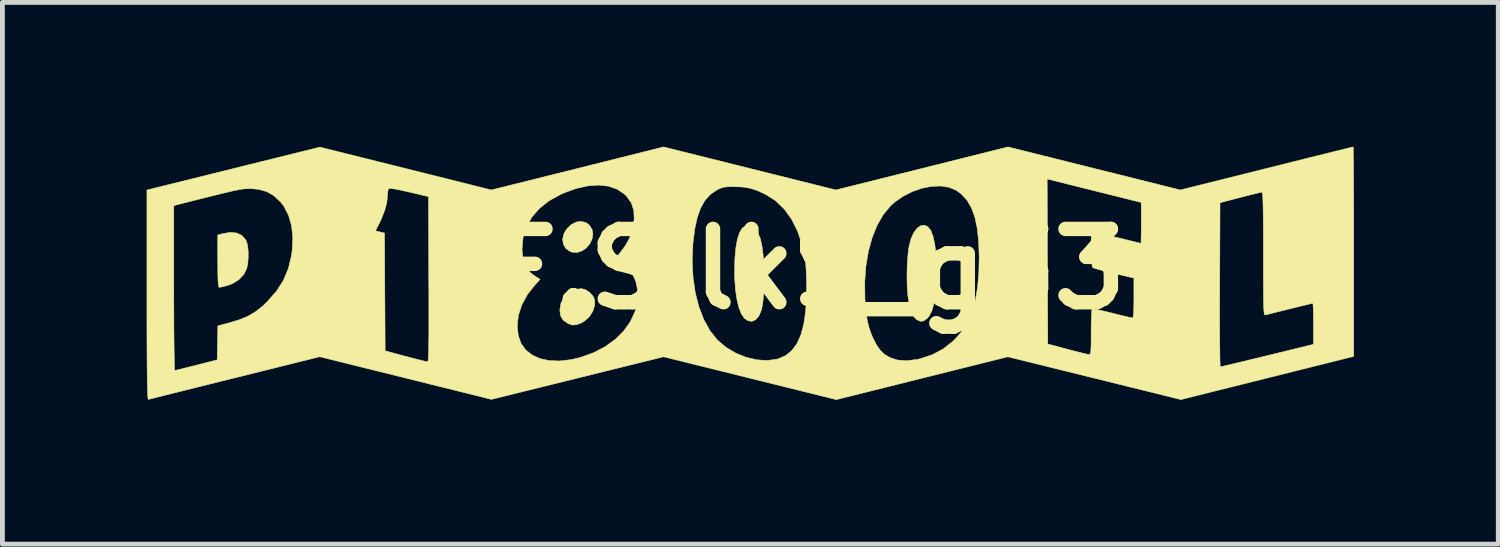
<source format=kicad_pcb>
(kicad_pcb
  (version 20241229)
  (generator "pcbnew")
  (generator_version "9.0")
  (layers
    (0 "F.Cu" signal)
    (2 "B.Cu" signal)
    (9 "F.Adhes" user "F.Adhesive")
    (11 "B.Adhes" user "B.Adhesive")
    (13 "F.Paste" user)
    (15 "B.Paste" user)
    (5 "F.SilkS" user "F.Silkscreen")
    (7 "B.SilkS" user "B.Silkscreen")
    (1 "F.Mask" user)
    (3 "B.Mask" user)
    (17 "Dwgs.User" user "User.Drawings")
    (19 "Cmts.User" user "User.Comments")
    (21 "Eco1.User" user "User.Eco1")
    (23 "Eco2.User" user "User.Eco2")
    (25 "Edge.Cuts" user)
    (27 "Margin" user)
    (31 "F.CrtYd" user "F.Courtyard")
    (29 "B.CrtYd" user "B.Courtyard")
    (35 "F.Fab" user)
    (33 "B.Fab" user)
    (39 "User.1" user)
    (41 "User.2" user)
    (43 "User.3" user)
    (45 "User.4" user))
  (footprint "F.SilkS_g33"
    (layer "F.Cu")
    (at 13.772 2.545)
    (property "Reference" "F.SilkS_g33" (at 0 0 0) (layer "F.SilkS") (effects (font (size 1.524 1.524) (thickness 0.3))))
    (attr through_hole)
    (fp_poly (pts (xy -4.63 -0.962) (xy -4.57 -0.916) (xy -4.511 -0.827) (xy -4.493 -0.726) (xy -4.511 -0.623) (xy -4.558 -0.526) (xy -4.629 -0.441) (xy -4.718 -0.379) (xy -4.818 -0.346) (xy -4.925 -0.351) (xy -4.97 -0.367) (xy -5.058 -0.43) (xy -5.109 -0.52) (xy -5.122 -0.626) (xy -5.094 -0.739) (xy -5.042 -0.828) (xy -4.946 -0.923) (xy -4.84 -0.978) (xy -4.732 -0.991) (xy -4.63 -0.962)) (stroke (width 0.01) (type solid)) (fill yes) (layer "F.SilkS"))
    (fp_poly (pts (xy -4.649 0.428) (xy -4.562 0.484) (xy -4.492 0.56) (xy -4.458 0.634) (xy -4.456 0.755) (xy -4.495 0.878) (xy -4.569 0.992) (xy -4.67 1.083) (xy -4.736 1.121) (xy -4.836 1.158) (xy -4.916 1.164) (xy -4.995 1.139) (xy -5.016 1.129) (xy -5.112 1.061) (xy -5.164 0.974) (xy -5.181 0.856) (xy -5.158 0.712) (xy -5.094 0.587) (xy -4.996 0.49) (xy -4.871 0.427) (xy -4.736 0.406) (xy -4.649 0.428)) (stroke (width 0.01) (type solid)) (fill yes) (layer "F.SilkS"))
    (fp_poly (pts (xy -11.899 -0.75) (xy -11.79 -0.697) (xy -11.712 -0.606) (xy -11.694 -0.568) (xy -11.672 -0.483) (xy -11.661 -0.367) (xy -11.661 -0.238) (xy -11.67 -0.114) (xy -11.69 -0.016) (xy -11.752 0.111) (xy -11.855 0.22) (xy -11.987 0.303) (xy -12.08 0.338) (xy -12.165 0.361) (xy -12.233 0.376) (xy -12.264 0.381) (xy -12.274 0.366) (xy -12.282 0.32) (xy -12.288 0.238) (xy -12.292 0.115) (xy -12.293 -0.051) (xy -12.294 -0.164) (xy -12.294 -0.709) (xy -12.198 -0.735) (xy -12.036 -0.763) (xy -11.899 -0.75)) (stroke (width 0.01) (type solid)) (fill yes) (layer "F.SilkS"))
    (fp_poly (pts (xy -1.149 -0.868) (xy -1.08 -0.785) (xy -1.023 -0.663) (xy -1.004 -0.605) (xy -0.976 -0.473) (xy -0.955 -0.305) (xy -0.941 -0.114) (xy -0.934 0.09) (xy -0.934 0.295) (xy -0.941 0.49) (xy -0.956 0.663) (xy -0.978 0.803) (xy -0.991 0.858) (xy -1.043 0.977) (xy -1.11 1.055) (xy -1.188 1.088) (xy -1.27 1.074) (xy -1.346 1.02) (xy -1.407 0.93) (xy -1.459 0.796) (xy -1.5 0.624) (xy -1.529 0.42) (xy -1.545 0.188) (xy -1.548 0.013) (xy -1.54 -0.233) (xy -1.52 -0.446) (xy -1.488 -0.622) (xy -1.444 -0.757) (xy -1.391 -0.846) (xy -1.384 -0.854) (xy -1.306 -0.905) (xy -1.226 -0.909) (xy -1.149 -0.868)) (stroke (width 0.01) (type solid)) (fill yes) (layer "F.SilkS"))
    (fp_poly (pts (xy 2.462 -0.887) (xy 2.525 -0.815) (xy 2.538 -0.792) (xy 2.582 -0.673) (xy 2.616 -0.514) (xy 2.641 -0.323) (xy 2.654 -0.109) (xy 2.655 0.119) (xy 2.644 0.351) (xy 2.643 0.368) (xy 2.619 0.584) (xy 2.589 0.754) (xy 2.549 0.884) (xy 2.498 0.979) (xy 2.464 1.02) (xy 2.387 1.078) (xy 2.316 1.087) (xy 2.239 1.049) (xy 2.229 1.042) (xy 2.17 0.976) (xy 2.123 0.878) (xy 2.086 0.742) (xy 2.058 0.563) (xy 2.054 0.526) (xy 2.042 0.36) (xy 2.038 0.168) (xy 2.041 -0.034) (xy 2.052 -0.228) (xy 2.069 -0.399) (xy 2.083 -0.483) (xy 2.123 -0.634) (xy 2.179 -0.756) (xy 2.245 -0.846) (xy 2.318 -0.9) (xy 2.392 -0.914) (xy 2.462 -0.887)) (stroke (width 0.01) (type solid)) (fill yes) (layer "F.SilkS"))
    (fp_poly (pts (xy 5.931 -2.092) (xy 7.722 -1.645) (xy 9.512 -2.092) (xy 9.805 -2.165) (xy 10.083 -2.235) (xy 10.342 -2.3) (xy 10.58 -2.359) (xy 10.791 -2.411) (xy 10.972 -2.456) (xy 11.118 -2.492) (xy 11.227 -2.519) (xy 11.294 -2.535) (xy 11.316 -2.54) (xy 11.317 -2.515) (xy 11.319 -2.443) (xy 11.321 -2.328) (xy 11.323 -2.173) (xy 11.324 -1.982) (xy 11.325 -1.758) (xy 11.326 -1.505) (xy 11.327 -1.228) (xy 11.328 -0.929) (xy 11.328 -0.612) (xy 11.328 -0.362) (xy 11.328 1.816) (xy 9.531 2.265) (xy 7.734 2.714) (xy 5.935 2.269) (xy 4.136 1.824) (xy 2.353 2.269) (xy 0.569 2.715) (xy -3.023 1.824) (xy -4.813 2.267) (xy -6.603 2.71) (xy -8.388 2.266) (xy -10.173 1.823) (xy -11.938 2.262) (xy -12.229 2.334) (xy -12.506 2.403) (xy -12.765 2.468) (xy -13.002 2.527) (xy -13.213 2.579) (xy -13.393 2.625) (xy -13.54 2.662) (xy -13.648 2.689) (xy -13.715 2.706) (xy -13.735 2.712) (xy -13.741 2.705) (xy -13.746 2.677) (xy -13.75 2.626) (xy -13.754 2.549) (xy -13.757 2.444) (xy -13.76 2.307) (xy -13.762 2.137) (xy -13.764 1.93) (xy -13.765 1.684) (xy -13.766 1.396) (xy -13.767 1.063) (xy -13.767 0.683) (xy -13.767 0.54) (xy -13.767 -1.319) (xy -13.208 -1.319) (xy -13.208 0.395) (xy -13.208 0.685) (xy -13.207 0.959) (xy -13.206 1.214) (xy -13.204 1.445) (xy -13.202 1.649) (xy -13.199 1.82) (xy -13.197 1.955) (xy -13.194 2.05) (xy -13.191 2.101) (xy -13.189 2.108) (xy -13.159 2.102) (xy -13.089 2.086) (xy -12.986 2.06) (xy -12.858 2.028) (xy -12.738 1.998) (xy -12.306 1.888) (xy -12.299 1.534) (xy -12.292 1.18) (xy -12.063 1.12) (xy -11.845 1.054) (xy -11.664 0.979) (xy -11.506 0.885) (xy -11.356 0.766) (xy -11.265 0.678) (xy -11.073 0.46) (xy -10.928 0.233) (xy -10.826 -0.011) (xy -10.761 -0.28) (xy -10.746 -0.393) (xy -10.734 -0.659) (xy -10.748 -0.796) (xy -9.014 -0.796) (xy -8.92 -0.772) (xy -8.826 -0.749) (xy -8.82 0.475) (xy -8.813 1.7) (xy -8.706 1.729) (xy -8.517 1.78) (xy -8.344 1.826) (xy -8.193 1.865) (xy -8.07 1.896) (xy -7.982 1.918) (xy -7.935 1.928) (xy -7.931 1.928) (xy -7.925 1.92) (xy -7.919 1.89) (xy -7.914 1.837) (xy -7.911 1.757) (xy -7.908 1.647) (xy -7.906 1.505) (xy -7.904 1.327) (xy -7.904 1.185) (xy -6.066 1.185) (xy -6.046 1.379) (xy -5.988 1.544) (xy -5.891 1.68) (xy -5.759 1.786) (xy -5.595 1.861) (xy -5.403 1.903) (xy -5.187 1.911) (xy -4.95 1.884) (xy -4.755 1.838) (xy -4.481 1.74) (xy -4.237 1.613) (xy -4.026 1.46) (xy -3.851 1.286) (xy -3.714 1.093) (xy -3.618 0.885) (xy -3.567 0.665) (xy -3.564 0.438) (xy -3.565 0.426) (xy -3.601 0.257) (xy -3.669 0.104) (xy -3.761 -0.024) (xy -3.873 -0.116) (xy -3.953 -0.153) (xy -3.975 -0.162) (xy -2.428 -0.162) (xy -2.41 0.175) (xy -2.364 0.493) (xy -2.288 0.787) (xy -2.186 1.051) (xy -2.059 1.281) (xy -1.907 1.472) (xy -1.894 1.485) (xy -1.718 1.632) (xy -1.518 1.75) (xy -1.303 1.836) (xy -1.083 1.887) (xy -0.867 1.901) (xy -0.666 1.873) (xy -0.637 1.865) (xy -0.485 1.798) (xy -0.356 1.694) (xy -0.251 1.551) (xy -0.168 1.368) (xy -0.108 1.143) (xy -0.069 0.875) (xy -0.051 0.563) (xy -0.049 0.445) (xy -0.05 0.284) (xy -0.05 0.278) (xy 1.159 0.278) (xy 1.164 0.625) (xy 1.17 0.711) (xy 1.188 0.909) (xy 1.213 1.071) (xy 1.246 1.21) (xy 1.291 1.341) (xy 1.332 1.435) (xy 1.408 1.583) (xy 1.485 1.692) (xy 1.573 1.774) (xy 1.681 1.839) (xy 1.682 1.84) (xy 1.842 1.892) (xy 2.032 1.905) (xy 2.25 1.879) (xy 2.311 1.865) (xy 2.562 1.782) (xy 2.795 1.658) (xy 2.998 1.498) (xy 3.023 1.474) (xy 3.171 1.303) (xy 3.292 1.113) (xy 3.387 0.899) (xy 3.458 0.655) (xy 3.506 0.378) (xy 3.532 0.062) (xy 3.539 -0.241) (xy 3.529 -0.562) (xy 3.5 -0.838) (xy 3.451 -1.073) (xy 3.38 -1.27) (xy 3.286 -1.43) (xy 3.17 -1.559) (xy 3.065 -1.636) (xy 2.917 -1.699) (xy 2.743 -1.727) (xy 2.551 -1.72) (xy 2.351 -1.681) (xy 2.151 -1.612) (xy 1.958 -1.514) (xy 1.78 -1.39) (xy 1.693 -1.311) (xy 1.544 -1.131) (xy 1.417 -0.91) (xy 1.314 -0.654) (xy 1.235 -0.367) (xy 1.183 -0.054) (xy 1.159 0.278) (xy -0.05 0.278) (xy -0.055 0.125) (xy -0.061 -0.018) (xy -0.07 -0.132) (xy -0.075 -0.178) (xy -0.14 -0.5) (xy -0.237 -0.788) (xy -0.364 -1.04) (xy -0.52 -1.254) (xy -0.704 -1.428) (xy -0.902 -1.553) (xy -1.073 -1.632) (xy -1.228 -1.682) (xy -1.388 -1.707) (xy -1.562 -1.714) (xy -1.678 -1.712) (xy -1.76 -1.704) (xy -1.826 -1.687) (xy -1.892 -1.657) (xy -1.924 -1.64) (xy -2.056 -1.547) (xy -2.165 -1.424) (xy -2.254 -1.266) (xy -2.323 -1.072) (xy -2.375 -0.836) (xy -2.41 -0.555) (xy -2.414 -0.512) (xy -2.428 -0.162) (xy -3.975 -0.162) (xy -4.009 -0.175) (xy -4.038 -0.191) (xy -4.039 -0.193) (xy -4.024 -0.217) (xy -3.985 -0.268) (xy -3.929 -0.338) (xy -3.924 -0.344) (xy -3.815 -0.493) (xy -3.737 -0.634) (xy -3.682 -0.788) (xy -3.67 -0.83) (xy -3.635 -1.036) (xy -3.643 -1.218) (xy -3.695 -1.377) (xy -3.792 -1.514) (xy -3.837 -1.559) (xy -3.987 -1.66) (xy -4.166 -1.723) (xy -4.371 -1.746) (xy -4.596 -1.73) (xy -4.84 -1.676) (xy -5.098 -1.582) (xy -5.169 -1.55) (xy -5.41 -1.416) (xy -5.61 -1.256) (xy -5.767 -1.074) (xy -5.879 -0.872) (xy -5.946 -0.651) (xy -5.966 -0.413) (xy -5.964 -0.37) (xy -5.941 -0.191) (xy -5.889 -0.049) (xy -5.805 0.064) (xy -5.705 0.142) (xy -5.591 0.214) (xy -5.691 0.322) (xy -5.854 0.528) (xy -5.971 0.744) (xy -6.043 0.964) (xy -6.066 1.185) (xy -7.904 1.185) (xy -7.904 1.11) (xy -7.904 0.851) (xy -7.904 0.547) (xy -7.906 0.212) (xy -7.912 -1.506) (xy -8.318 -1.602) (xy -8.483 -1.639) (xy -8.603 -1.663) (xy -8.684 -1.675) (xy -8.73 -1.675) (xy -8.743 -1.668) (xy -8.756 -1.625) (xy -8.762 -1.555) (xy -8.763 -1.536) (xy -8.779 -1.384) (xy -8.826 -1.209) (xy -8.899 -1.026) (xy -8.926 -0.969) (xy -9.014 -0.796) (xy -10.748 -0.796) (xy -10.76 -0.904) (xy -10.823 -1.122) (xy -10.921 -1.309) (xy -10.99 -1.397) (xy -11.128 -1.526) (xy -11.275 -1.61) (xy -11.445 -1.657) (xy -11.57 -1.67) (xy -11.638 -1.672) (xy -11.703 -1.67) (xy -11.774 -1.664) (xy -11.858 -1.65) (xy -11.962 -1.629) (xy -12.096 -1.598) (xy -12.265 -1.557) (xy -12.395 -1.525) (xy -12.571 -1.481) (xy -12.735 -1.44) (xy -12.88 -1.403) (xy -12.998 -1.374) (xy -13.08 -1.353) (xy -13.113 -1.344) (xy -13.208 -1.319) (xy -13.767 -1.319) (xy -13.767 -1.644) (xy -11.968 -2.09) (xy -10.169 -2.536) (xy -6.604 -1.645) (xy -4.813 -2.092) (xy -3.023 -2.54) (xy -1.232 -2.092) (xy 0.559 -1.645) (xy 1.473 -1.873) (xy 4.953 -1.873) (xy 4.959 -0.158) (xy 4.966 1.558) (xy 5.372 1.666) (xy 5.511 1.703) (xy 5.635 1.734) (xy 5.735 1.758) (xy 5.802 1.773) (xy 5.823 1.776) (xy 5.839 1.773) (xy 5.85 1.758) (xy 5.858 1.725) (xy 5.863 1.666) (xy 5.866 1.575) (xy 5.867 1.446) (xy 5.867 1.31) (xy 5.868 1.161) (xy 5.871 1.03) (xy 5.876 0.925) (xy 5.881 0.856) (xy 5.888 0.829) (xy 5.918 0.83) (xy 5.989 0.843) (xy 6.091 0.865) (xy 6.216 0.894) (xy 6.301 0.915) (xy 6.436 0.949) (xy 6.556 0.978) (xy 6.65 1) (xy 6.709 1.013) (xy 6.725 1.015) (xy 6.737 1.003) (xy 6.746 0.962) (xy 6.752 0.889) (xy 8.539 0.889) (xy 8.54 1.144) (xy 8.541 1.374) (xy 8.542 1.577) (xy 8.544 1.748) (xy 8.546 1.882) (xy 8.549 1.976) (xy 8.552 2.026) (xy 8.553 2.033) (xy 8.581 2.027) (xy 8.653 2.01) (xy 8.764 1.984) (xy 8.907 1.95) (xy 9.079 1.909) (xy 9.272 1.862) (xy 9.482 1.811) (xy 9.531 1.799) (xy 10.49 1.565) (xy 10.49 1.138) (xy 10.489 0.997) (xy 10.487 0.876) (xy 10.484 0.783) (xy 10.48 0.725) (xy 10.476 0.711) (xy 10.449 0.717) (xy 10.382 0.733) (xy 10.283 0.757) (xy 10.163 0.786) (xy 10.031 0.819) (xy 9.895 0.853) (xy 9.765 0.885) (xy 9.651 0.914) (xy 9.56 0.937) (xy 9.504 0.952) (xy 9.493 0.955) (xy 9.483 0.956) (xy 9.475 0.949) (xy 9.468 0.93) (xy 9.462 0.895) (xy 9.458 0.84) (xy 9.455 0.761) (xy 9.452 0.654) (xy 9.451 0.514) (xy 9.45 0.339) (xy 9.449 0.123) (xy 9.449 -0.137) (xy 9.449 -0.316) (xy 9.449 -0.616) (xy 9.448 -0.868) (xy 9.446 -1.077) (xy 9.444 -1.245) (xy 9.441 -1.376) (xy 9.437 -1.474) (xy 9.433 -1.541) (xy 9.427 -1.581) (xy 9.42 -1.598) (xy 9.417 -1.599) (xy 9.383 -1.593) (xy 9.309 -1.575) (xy 9.203 -1.549) (xy 9.074 -1.516) (xy 8.966 -1.489) (xy 8.547 -1.379) (xy 8.541 0.326) (xy 8.54 0.616) (xy 8.539 0.889) (xy 6.752 0.889) (xy 6.752 0.886) (xy 6.755 0.771) (xy 6.756 0.61) (xy 6.756 0.601) (xy 6.756 0.187) (xy 6.344 0.09) (xy 6.204 0.056) (xy 6.081 0.024) (xy 5.982 -0.003) (xy 5.919 -0.023) (xy 5.899 -0.032) (xy 5.888 -0.065) (xy 5.879 -0.136) (xy 5.872 -0.234) (xy 5.868 -0.349) (xy 5.866 -0.469) (xy 5.867 -0.582) (xy 5.87 -0.677) (xy 5.877 -0.744) (xy 5.886 -0.77) (xy 5.916 -0.767) (xy 5.987 -0.754) (xy 6.091 -0.731) (xy 6.222 -0.701) (xy 6.371 -0.665) (xy 6.401 -0.658) (xy 6.552 -0.621) (xy 6.684 -0.588) (xy 6.792 -0.562) (xy 6.867 -0.543) (xy 6.901 -0.535) (xy 6.902 -0.535) (xy 6.905 -0.558) (xy 6.906 -0.624) (xy 6.908 -0.725) (xy 6.909 -0.851) (xy 6.909 -0.959) (xy 6.909 -1.385) (xy 5.931 -1.629) (xy 4.953 -1.873) (xy 1.473 -1.873) (xy 2.349 -2.092) (xy 4.14 -2.54) (xy 5.931 -2.092)) (stroke (width 0.01) (type solid)) (fill yes) (layer "F.SilkS")))
  (gr_rect
    (start -3 -3)
    (end 28.105 8.265)
    (stroke (width 0.1) (type default))
    (fill no)
    (layer "Edge.Cuts")))
</source>
